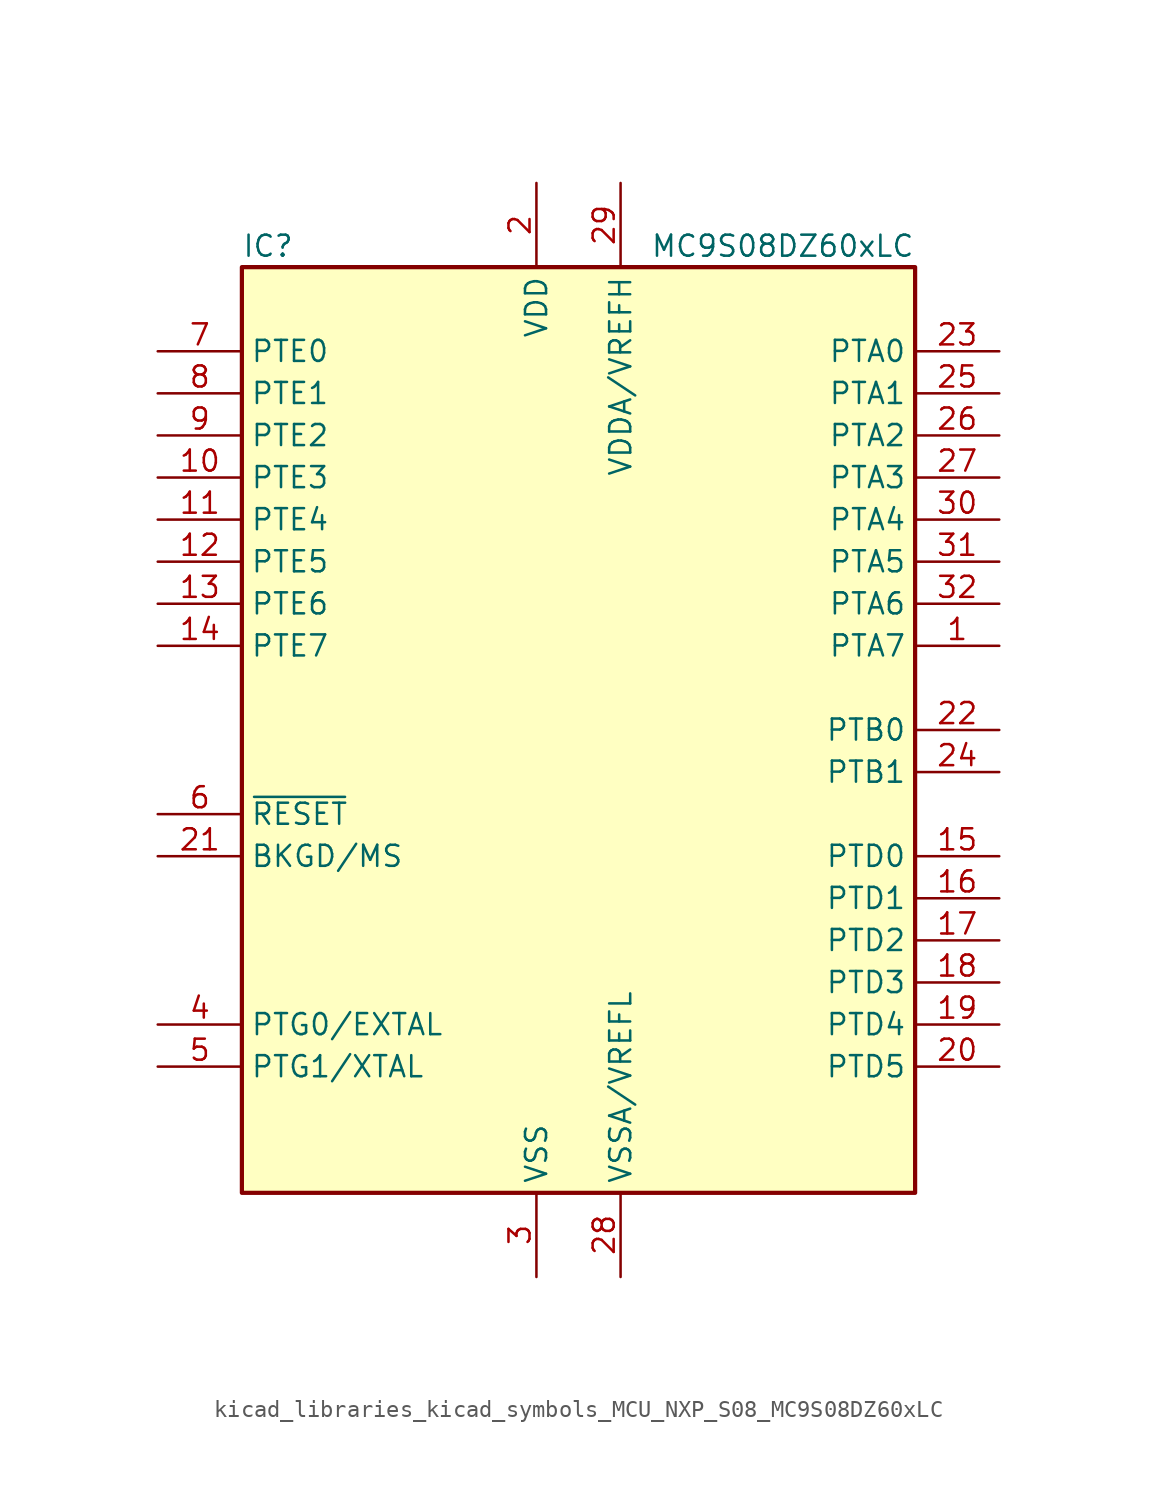
<source format=kicad_sym>
(kicad_symbol_lib
  (version 20220914)
  (generator kicad_symbol_editor)
  (symbol "kicad_libraries_kicad_symbols_MCU_NXP_S08_MC9S08DZ60xLC"
    (property "Reference" "IC"
      (at -20.32 29.21 0)
      (effects (font (size 1.27 1.27)) (justify left)))
    (property "Value" "MC9S08DZ60xLC"
      (at 20.32 29.21 0)
      (effects (font (size 1.27 1.27)) (justify right)))
    (symbol "kicad_libraries_kicad_symbols_MCU_NXP_S08_MC9S08DZ60xLC_0_1"
      (rectangle (start -20.32 27.94) (end 20.32 -27.94) (stroke (width 0.254) (type default)) (fill (type background))))
    (symbol "kicad_libraries_kicad_symbols_MCU_NXP_S08_MC9S08DZ60xLC_1_1"
      (pin bidirectional line (at 25.4 5.08 180) (length 5.08) (name "PTA7" (effects (font (size 1.27 1.27)))) (number "1" (effects (font (size 1.27 1.27)))))
      (pin bidirectional line (at -25.4 15.24 0) (length 5.08) (name "PTE3" (effects (font (size 1.27 1.27)))) (number "10" (effects (font (size 1.27 1.27)))))
      (pin bidirectional line (at -25.4 12.7 0) (length 5.08) (name "PTE4" (effects (font (size 1.27 1.27)))) (number "11" (effects (font (size 1.27 1.27)))))
      (pin bidirectional line (at -25.4 10.16 0) (length 5.08) (name "PTE5" (effects (font (size 1.27 1.27)))) (number "12" (effects (font (size 1.27 1.27)))))
      (pin bidirectional line (at -25.4 7.62 0) (length 5.08) (name "PTE6" (effects (font (size 1.27 1.27)))) (number "13" (effects (font (size 1.27 1.27)))))
      (pin bidirectional line (at -25.4 5.08 0) (length 5.08) (name "PTE7" (effects (font (size 1.27 1.27)))) (number "14" (effects (font (size 1.27 1.27)))))
      (pin bidirectional line (at 25.4 -7.62 180) (length 5.08) (name "PTD0" (effects (font (size 1.27 1.27)))) (number "15" (effects (font (size 1.27 1.27)))))
      (pin bidirectional line (at 25.4 -10.16 180) (length 5.08) (name "PTD1" (effects (font (size 1.27 1.27)))) (number "16" (effects (font (size 1.27 1.27)))))
      (pin bidirectional line (at 25.4 -12.7 180) (length 5.08) (name "PTD2" (effects (font (size 1.27 1.27)))) (number "17" (effects (font (size 1.27 1.27)))))
      (pin bidirectional line (at 25.4 -15.24 180) (length 5.08) (name "PTD3" (effects (font (size 1.27 1.27)))) (number "18" (effects (font (size 1.27 1.27)))))
      (pin bidirectional line (at 25.4 -17.78 180) (length 5.08) (name "PTD4" (effects (font (size 1.27 1.27)))) (number "19" (effects (font (size 1.27 1.27)))))
      (pin power_in line (at -2.54 33.02 270) (length 5.08) (name "VDD" (effects (font (size 1.27 1.27)))) (number "2" (effects (font (size 1.27 1.27)))))
      (pin bidirectional line (at 25.4 -20.32 180) (length 5.08) (name "PTD5" (effects (font (size 1.27 1.27)))) (number "20" (effects (font (size 1.27 1.27)))))
      (pin bidirectional line (at -25.4 -7.62 0) (length 5.08) (name "BKGD/MS" (effects (font (size 1.27 1.27)))) (number "21" (effects (font (size 1.27 1.27)))))
      (pin bidirectional line (at 25.4 0 180) (length 5.08) (name "PTB0" (effects (font (size 1.27 1.27)))) (number "22" (effects (font (size 1.27 1.27)))))
      (pin bidirectional line (at 25.4 22.86 180) (length 5.08) (name "PTA0" (effects (font (size 1.27 1.27)))) (number "23" (effects (font (size 1.27 1.27)))))
      (pin bidirectional line (at 25.4 -2.54 180) (length 5.08) (name "PTB1" (effects (font (size 1.27 1.27)))) (number "24" (effects (font (size 1.27 1.27)))))
      (pin bidirectional line (at 25.4 20.32 180) (length 5.08) (name "PTA1" (effects (font (size 1.27 1.27)))) (number "25" (effects (font (size 1.27 1.27)))))
      (pin bidirectional line (at 25.4 17.78 180) (length 5.08) (name "PTA2" (effects (font (size 1.27 1.27)))) (number "26" (effects (font (size 1.27 1.27)))))
      (pin bidirectional line (at 25.4 15.24 180) (length 5.08) (name "PTA3" (effects (font (size 1.27 1.27)))) (number "27" (effects (font (size 1.27 1.27)))))
      (pin power_in line (at 2.54 -33.02 90) (length 5.08) (name "VSSA/VREFL" (effects (font (size 1.27 1.27)))) (number "28" (effects (font (size 1.27 1.27)))))
      (pin power_in line (at 2.54 33.02 270) (length 5.08) (name "VDDA/VREFH" (effects (font (size 1.27 1.27)))) (number "29" (effects (font (size 1.27 1.27)))))
      (pin power_in line (at -2.54 -33.02 90) (length 5.08) (name "VSS" (effects (font (size 1.27 1.27)))) (number "3" (effects (font (size 1.27 1.27)))))
      (pin bidirectional line (at 25.4 12.7 180) (length 5.08) (name "PTA4" (effects (font (size 1.27 1.27)))) (number "30" (effects (font (size 1.27 1.27)))))
      (pin bidirectional line (at 25.4 10.16 180) (length 5.08) (name "PTA5" (effects (font (size 1.27 1.27)))) (number "31" (effects (font (size 1.27 1.27)))))
      (pin bidirectional line (at 25.4 7.62 180) (length 5.08) (name "PTA6" (effects (font (size 1.27 1.27)))) (number "32" (effects (font (size 1.27 1.27)))))
      (pin bidirectional line (at -25.4 -17.78 0) (length 5.08) (name "PTG0/EXTAL" (effects (font (size 1.27 1.27)))) (number "4" (effects (font (size 1.27 1.27)))))
      (pin bidirectional line (at -25.4 -20.32 0) (length 5.08) (name "PTG1/XTAL" (effects (font (size 1.27 1.27)))) (number "5" (effects (font (size 1.27 1.27)))))
      (pin input line (at -25.4 -5.08 0) (length 5.08) (name "~{RESET}" (effects (font (size 1.27 1.27)))) (number "6" (effects (font (size 1.27 1.27)))))
      (pin bidirectional line (at -25.4 22.86 0) (length 5.08) (name "PTE0" (effects (font (size 1.27 1.27)))) (number "7" (effects (font (size 1.27 1.27)))))
      (pin bidirectional line (at -25.4 20.32 0) (length 5.08) (name "PTE1" (effects (font (size 1.27 1.27)))) (number "8" (effects (font (size 1.27 1.27)))))
      (pin bidirectional line (at -25.4 17.78 0) (length 5.08) (name "PTE2" (effects (font (size 1.27 1.27)))) (number "9" (effects (font (size 1.27 1.27))))))))
</source>
